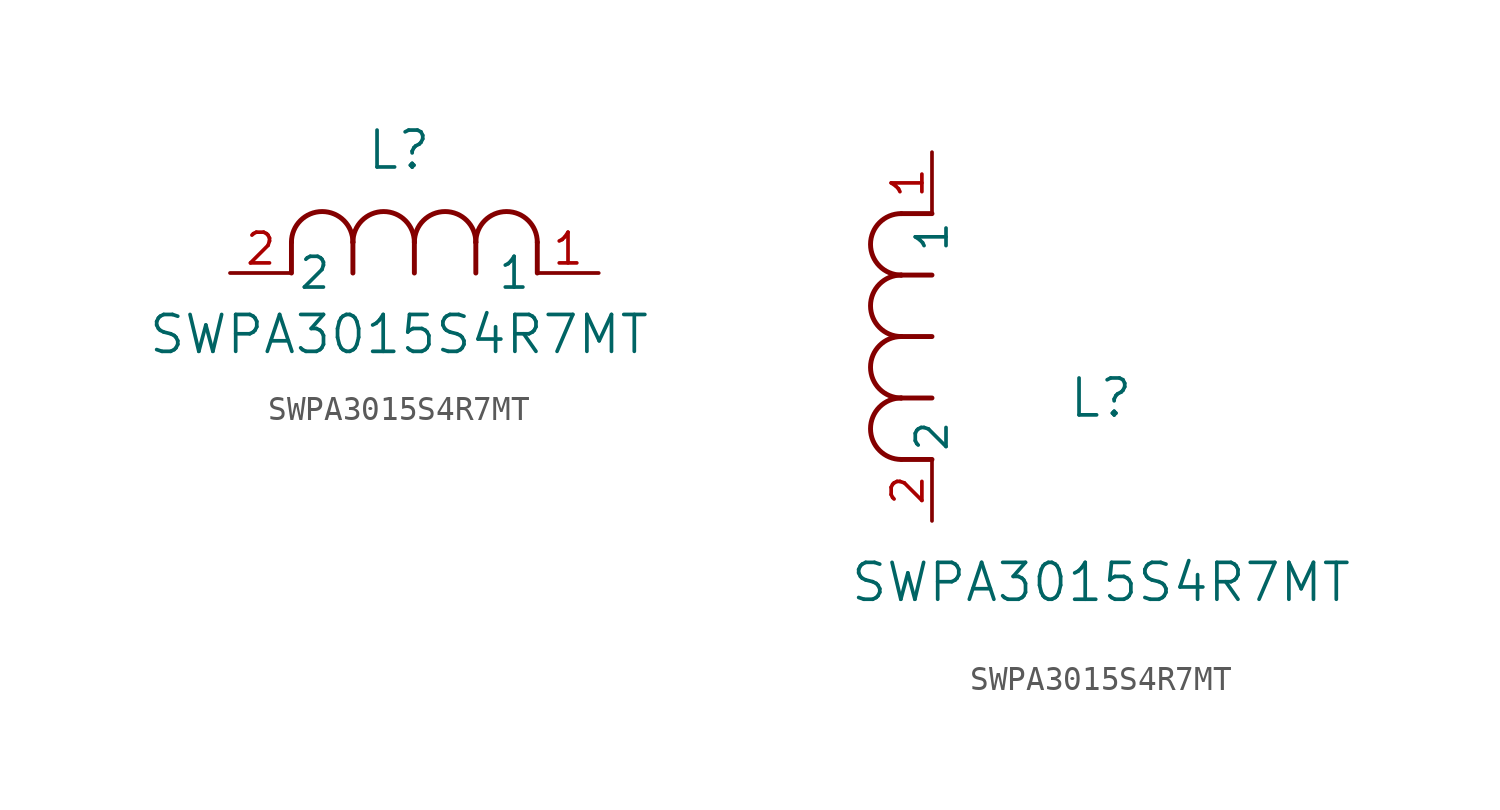
<source format=kicad_sym>
(kicad_symbol_lib
  (version 20211014)
  (generator kicad_symbol_editor)
  (symbol "SWPA3015S4R7MT"
    (pin_names
      (offset 0.254))
    (property "Reference" "L"
      (at 6.985 5.08 0)
      (effects (font (size 1.524 1.524))))
    (property "Value" "SWPA3015S4R7MT"
      (at 6.985 -2.54 0)
      (effects (font (size 1.524 1.524))))
    (symbol "SWPA3015S4R7MT_1_1"
      (arc (start 7.62 1.27) (mid 6.35 2.54) (end 5.08 1.27) (stroke (width 0.2032) (type default) (color 0 0 0 0)) (fill (type none)))
      (polyline (pts (xy 5.08 0) (xy 5.08 1.27)) (stroke (width 0.203) (type default) (color 0 0 0 0)) (fill (type none)))
      (polyline (pts (xy 7.62 0) (xy 7.62 1.27)) (stroke (width 0.203) (type default) (color 0 0 0 0)) (fill (type none)))
      (polyline (pts (xy 12.7 0) (xy 12.7 1.27)) (stroke (width 0.203) (type default) (color 0 0 0 0)) (fill (type none)))
      (arc (start 5.08 1.27) (mid 3.81 2.54) (end 2.54 1.27) (stroke (width 0.2032) (type default) (color 0 0 0 0)) (fill (type none)))
      (arc (start 10.16 1.27) (mid 8.89 2.54) (end 7.62 1.27) (stroke (width 0.2032) (type default) (color 0 0 0 0)) (fill (type none)))
      (arc (start 12.7 1.27) (mid 11.43 2.54) (end 10.16 1.27) (stroke (width 0.2032) (type default) (color 0 0 0 0)) (fill (type none)))
      (polyline (pts (xy 2.54 0) (xy 2.54 1.27)) (stroke (width 0.203) (type default) (color 0 0 0 0)) (fill (type none)))
      (polyline (pts (xy 10.16 0) (xy 10.16 1.27)) (stroke (width 0.203) (type default) (color 0 0 0 0)) (fill (type none)))
      (pin unspecified line (at 0 0 0) (length 2.54) (name "2" (effects (font (size 1.27 1.27)))) (number "2" (effects (font (size 1.27 1.27)))))
      (pin unspecified line (at 15.24 0 180) (length 2.54) (name "1" (effects (font (size 1.27 1.27)))) (number "1" (effects (font (size 1.27 1.27))))))
    (symbol "SWPA3015S4R7MT_1_2"
      (arc (start -1.27 7.62) (mid -2.54 6.35) (end -1.27 5.08) (stroke (width 0.2032) (type default) (color 0 0 0 0)) (fill (type none)))
      (arc (start -1.27 5.08) (mid -2.54 3.81) (end -1.27 2.54) (stroke (width 0.2032) (type default) (color 0 0 0 0)) (fill (type none)))
      (arc (start -1.27 12.7) (mid -2.54 11.43) (end -1.27 10.16) (stroke (width 0.2032) (type default) (color 0 0 0 0)) (fill (type none)))
      (arc (start -1.27 10.16) (mid -2.54 8.89) (end -1.27 7.62) (stroke (width 0.2032) (type default) (color 0 0 0 0)) (fill (type none)))
      (polyline (pts (xy 0 7.62) (xy -1.27 7.62)) (stroke (width 0.203) (type default) (color 0 0 0 0)) (fill (type none)))
      (polyline (pts (xy 0 5.08) (xy -1.27 5.08)) (stroke (width 0.203) (type default) (color 0 0 0 0)) (fill (type none)))
      (polyline (pts (xy 0 12.7) (xy -1.27 12.7)) (stroke (width 0.203) (type default) (color 0 0 0 0)) (fill (type none)))
      (polyline (pts (xy 0 2.54) (xy -1.27 2.54)) (stroke (width 0.203) (type default) (color 0 0 0 0)) (fill (type none)))
      (polyline (pts (xy 0 10.16) (xy -1.27 10.16)) (stroke (width 0.203) (type default) (color 0 0 0 0)) (fill (type none)))
      (pin unspecified line (at 0 0 90) (length 2.54) (name "2" (effects (font (size 1.27 1.27)))) (number "2" (effects (font (size 1.27 1.27)))))
      (pin unspecified line (at 0 15.24 270) (length 2.54) (name "1" (effects (font (size 1.27 1.27)))) (number "1" (effects (font (size 1.27 1.27))))))))
</source>
